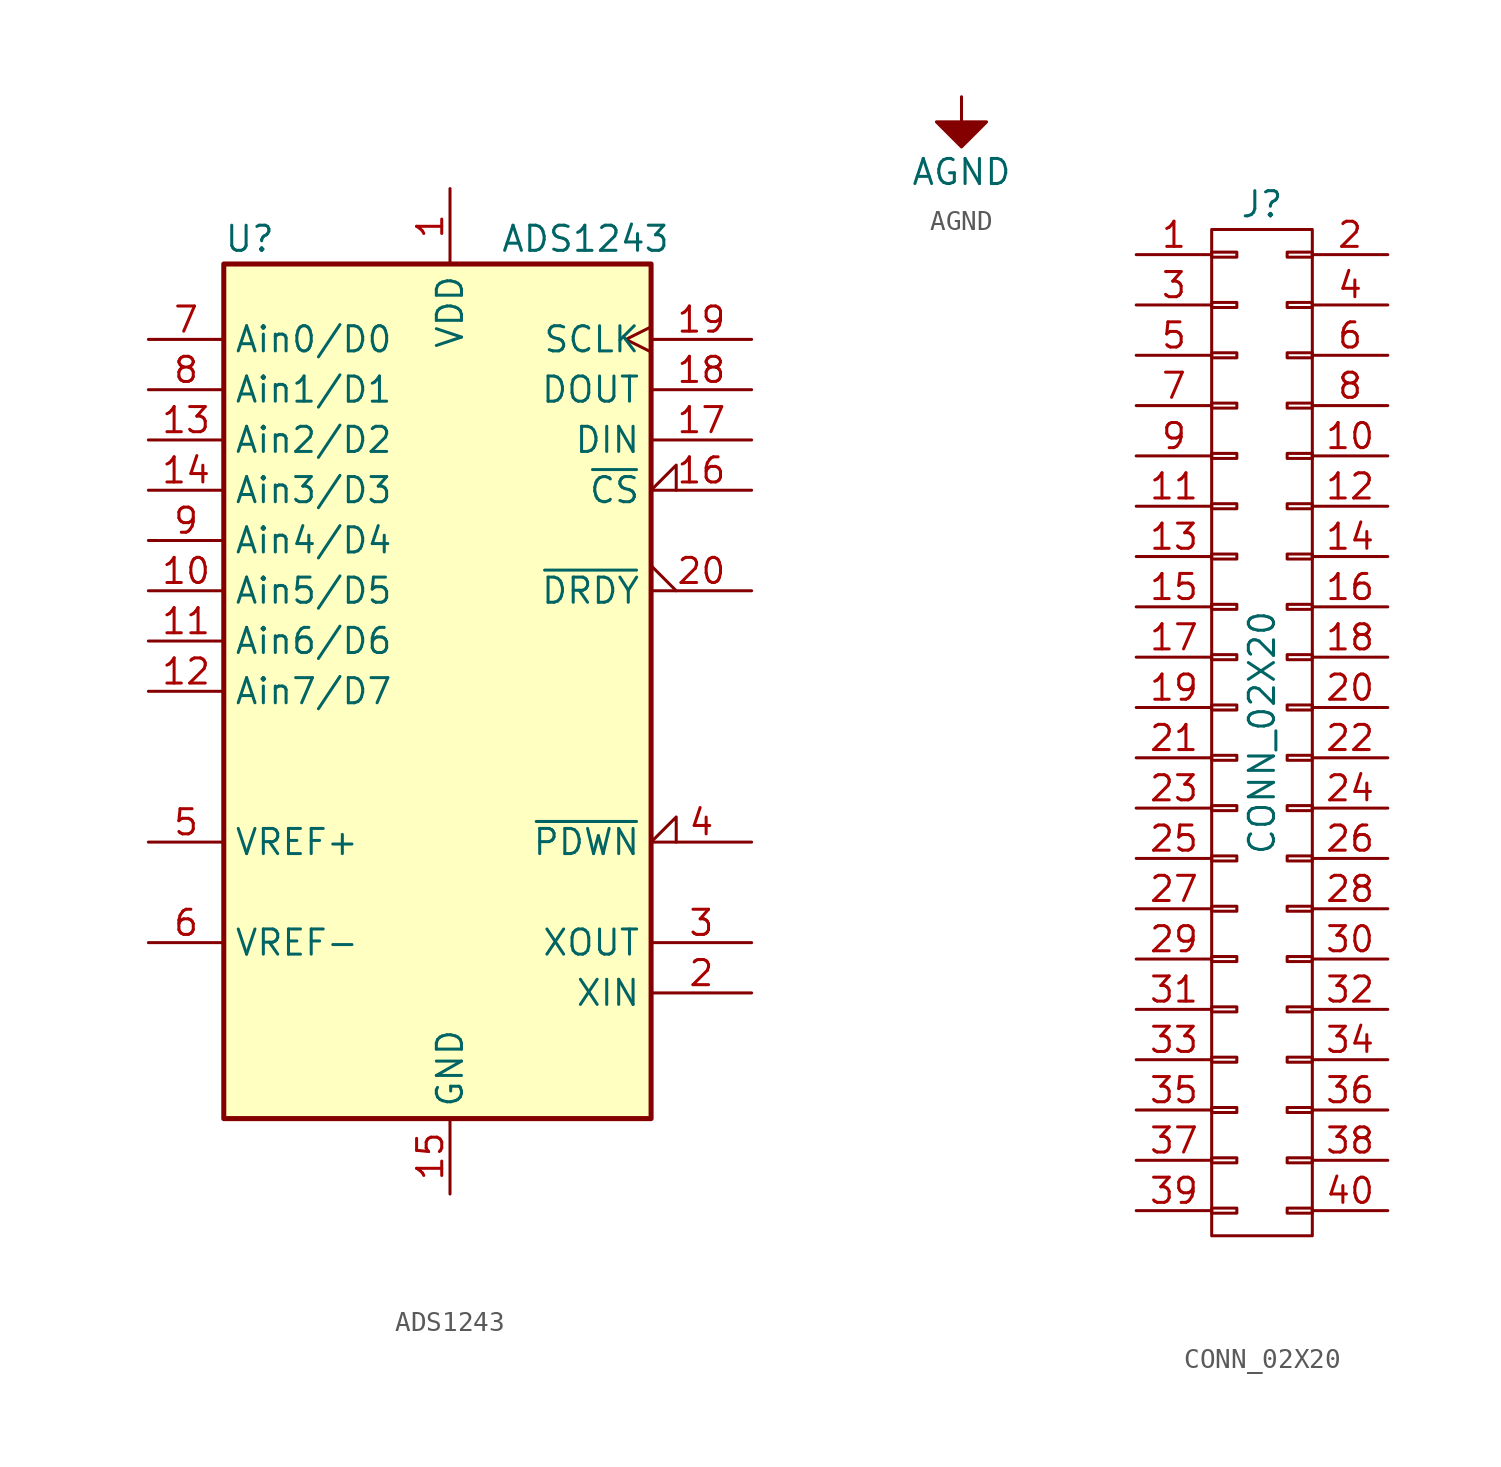
<source format=kicad_sym>
(kicad_symbol_lib
  (version 20231120)
  (generator "kicad_symbol_editor")
  (generator_version "8.0")
  (symbol "ADS1243"
    (property "Reference" "U"
      (at -11.43 22.86 0)
      (effects (font (size 1.27 1.27)) (justify left)))
    (property "Value" "ADS1243"
      (at 2.54 22.86 0)
      (effects (font (size 1.27 1.27)) (justify left)))
    (symbol "ADS1243_0_1"
      (rectangle (start -11.43 21.59) (end 10.16 -21.59) (stroke (width 0.254) (type default)) (fill (type background))))
    (symbol "ADS1243_1_1"
      (pin power_in line (at 0 25.4 270) (length 3.81) (name "VDD" (effects (font (size 1.27 1.27)))) (number "1" (effects (font (size 1.27 1.27)))))
      (pin input line (at -15.24 5.08 0) (length 3.81) (name "Ain5/D5" (effects (font (size 1.27 1.27)))) (number "10" (effects (font (size 1.27 1.27)))))
      (pin input line (at -15.24 2.54 0) (length 3.81) (name "Ain6/D6" (effects (font (size 1.27 1.27)))) (number "11" (effects (font (size 1.27 1.27)))))
      (pin input line (at -15.24 0 0) (length 3.81) (name "Ain7/D7" (effects (font (size 1.27 1.27)))) (number "12" (effects (font (size 1.27 1.27)))))
      (pin input line (at -15.24 12.7 0) (length 3.81) (name "Ain2/D2" (effects (font (size 1.27 1.27)))) (number "13" (effects (font (size 1.27 1.27)))))
      (pin input line (at -15.24 10.16 0) (length 3.81) (name "Ain3/D3" (effects (font (size 1.27 1.27)))) (number "14" (effects (font (size 1.27 1.27)))))
      (pin power_in line (at 0 -25.4 90) (length 3.81) (name "GND" (effects (font (size 1.27 1.27)))) (number "15" (effects (font (size 1.27 1.27)))))
      (pin input input_low (at 15.24 10.16 180) (length 5.08) (name "~{CS}" (effects (font (size 1.27 1.27)))) (number "16" (effects (font (size 1.27 1.27)))))
      (pin input line (at 15.24 12.7 180) (length 5.08) (name "DIN" (effects (font (size 1.27 1.27)))) (number "17" (effects (font (size 1.27 1.27)))))
      (pin output line (at 15.24 15.24 180) (length 5.08) (name "DOUT" (effects (font (size 1.27 1.27)))) (number "18" (effects (font (size 1.27 1.27)))))
      (pin input clock (at 15.24 17.78 180) (length 5.08) (name "SCLK" (effects (font (size 1.27 1.27)))) (number "19" (effects (font (size 1.27 1.27)))))
      (pin input line (at 15.24 -15.24 180) (length 5.08) (name "XIN" (effects (font (size 1.27 1.27)))) (number "2" (effects (font (size 1.27 1.27)))))
      (pin open_collector output_low (at 15.24 5.08 180) (length 5.08) (name "~{DRDY}" (effects (font (size 1.27 1.27)))) (number "20" (effects (font (size 1.27 1.27)))))
      (pin output line (at 15.24 -12.7 180) (length 5.08) (name "XOUT" (effects (font (size 1.27 1.27)))) (number "3" (effects (font (size 1.27 1.27)))))
      (pin input input_low (at 15.24 -7.62 180) (length 5.08) (name "~{PDWN}" (effects (font (size 1.27 1.27)))) (number "4" (effects (font (size 1.27 1.27)))))
      (pin input line (at -15.24 -7.62 0) (length 3.81) (name "VREF+" (effects (font (size 1.27 1.27)))) (number "5" (effects (font (size 1.27 1.27)))))
      (pin input line (at -15.24 -12.7 0) (length 3.81) (name "VREF-" (effects (font (size 1.27 1.27)))) (number "6" (effects (font (size 1.27 1.27)))))
      (pin input line (at -15.24 17.78 0) (length 3.81) (name "Ain0/D0" (effects (font (size 1.27 1.27)))) (number "7" (effects (font (size 1.27 1.27)))))
      (pin input line (at -15.24 15.24 0) (length 3.81) (name "Ain1/D1" (effects (font (size 1.27 1.27)))) (number "8" (effects (font (size 1.27 1.27)))))
      (pin input line (at -15.24 7.62 0) (length 3.81) (name "Ain4/D4" (effects (font (size 1.27 1.27)))) (number "9" (effects (font (size 1.27 1.27)))))))
  (symbol "AGND"
    (power)
    (pin_names
      (offset 0))
    (property "Reference" "#PWR"
      (at 0 -6.35 0)
      (effects (font (size 1.27 1.27)) (hide yes)))
    (property "Value" "AGND"
      (at 0 -3.81 0)
      (effects (font (size 1.27 1.27))))
    (symbol "AGND_0_1"
      (polyline (pts (xy 0 0) (xy 0 -1.27) (xy 1.27 -1.27) (xy 0 -2.54) (xy -1.27 -1.27) (xy 0 -1.27)) (stroke (width 0) (type default)) (fill (type outline))))
    (symbol "AGND_1_1"
      (pin power_in line (at 0 0 270) (length 0) hide (name "AGND" (effects (font (size 1.27 1.27)))) (number "1" (effects (font (size 1.27 1.27)))))))
  (symbol "CONN_02X20"
    (pin_names
      (offset 0.025) hide)
    (property "Reference" "J"
      (at 0 26.67 0)
      (effects (font (size 1.27 1.27))))
    (property "Value" "CONN_02X20"
      (at 0 0 90)
      (effects (font (size 1.27 1.27))))
    (symbol "CONN_02X20_0_1"
      (rectangle (start -2.54 -24.003) (end -1.27 -24.257) (stroke (width 0) (type default)) (fill (type none)))
      (rectangle (start -2.54 -21.463) (end -1.27 -21.717) (stroke (width 0) (type default)) (fill (type none)))
      (rectangle (start -2.54 -18.923) (end -1.27 -19.177) (stroke (width 0) (type default)) (fill (type none)))
      (rectangle (start -2.54 -16.383) (end -1.27 -16.637) (stroke (width 0) (type default)) (fill (type none)))
      (rectangle (start -2.54 -13.843) (end -1.27 -14.097) (stroke (width 0) (type default)) (fill (type none)))
      (rectangle (start -2.54 -11.303) (end -1.27 -11.557) (stroke (width 0) (type default)) (fill (type none)))
      (rectangle (start -2.54 -8.763) (end -1.27 -9.017) (stroke (width 0) (type default)) (fill (type none)))
      (rectangle (start -2.54 -6.223) (end -1.27 -6.477) (stroke (width 0) (type default)) (fill (type none)))
      (rectangle (start -2.54 -3.683) (end -1.27 -3.937) (stroke (width 0) (type default)) (fill (type none)))
      (rectangle (start -2.54 -1.143) (end -1.27 -1.397) (stroke (width 0) (type default)) (fill (type none)))
      (rectangle (start -2.54 1.397) (end -1.27 1.143) (stroke (width 0) (type default)) (fill (type none)))
      (rectangle (start -2.54 3.937) (end -1.27 3.683) (stroke (width 0) (type default)) (fill (type none)))
      (rectangle (start -2.54 6.477) (end -1.27 6.223) (stroke (width 0) (type default)) (fill (type none)))
      (rectangle (start -2.54 9.017) (end -1.27 8.763) (stroke (width 0) (type default)) (fill (type none)))
      (rectangle (start -2.54 11.557) (end -1.27 11.303) (stroke (width 0) (type default)) (fill (type none)))
      (rectangle (start -2.54 14.097) (end -1.27 13.843) (stroke (width 0) (type default)) (fill (type none)))
      (rectangle (start -2.54 16.637) (end -1.27 16.383) (stroke (width 0) (type default)) (fill (type none)))
      (rectangle (start -2.54 19.177) (end -1.27 18.923) (stroke (width 0) (type default)) (fill (type none)))
      (rectangle (start -2.54 21.717) (end -1.27 21.463) (stroke (width 0) (type default)) (fill (type none)))
      (rectangle (start -2.54 24.257) (end -1.27 24.003) (stroke (width 0) (type default)) (fill (type none)))
      (rectangle (start -2.54 25.4) (end 2.54 -25.4) (stroke (width 0) (type default)) (fill (type none)))
      (rectangle (start 1.27 -24.003) (end 2.54 -24.257) (stroke (width 0) (type default)) (fill (type none)))
      (rectangle (start 1.27 -21.463) (end 2.54 -21.717) (stroke (width 0) (type default)) (fill (type none)))
      (rectangle (start 1.27 -18.923) (end 2.54 -19.177) (stroke (width 0) (type default)) (fill (type none)))
      (rectangle (start 1.27 -16.383) (end 2.54 -16.637) (stroke (width 0) (type default)) (fill (type none)))
      (rectangle (start 1.27 -13.843) (end 2.54 -14.097) (stroke (width 0) (type default)) (fill (type none)))
      (rectangle (start 1.27 -11.303) (end 2.54 -11.557) (stroke (width 0) (type default)) (fill (type none)))
      (rectangle (start 1.27 -8.763) (end 2.54 -9.017) (stroke (width 0) (type default)) (fill (type none)))
      (rectangle (start 1.27 -6.223) (end 2.54 -6.477) (stroke (width 0) (type default)) (fill (type none)))
      (rectangle (start 1.27 -3.683) (end 2.54 -3.937) (stroke (width 0) (type default)) (fill (type none)))
      (rectangle (start 1.27 -1.143) (end 2.54 -1.397) (stroke (width 0) (type default)) (fill (type none)))
      (rectangle (start 1.27 1.397) (end 2.54 1.143) (stroke (width 0) (type default)) (fill (type none)))
      (rectangle (start 1.27 3.937) (end 2.54 3.683) (stroke (width 0) (type default)) (fill (type none)))
      (rectangle (start 1.27 6.477) (end 2.54 6.223) (stroke (width 0) (type default)) (fill (type none)))
      (rectangle (start 1.27 9.017) (end 2.54 8.763) (stroke (width 0) (type default)) (fill (type none)))
      (rectangle (start 1.27 11.557) (end 2.54 11.303) (stroke (width 0) (type default)) (fill (type none)))
      (rectangle (start 1.27 14.097) (end 2.54 13.843) (stroke (width 0) (type default)) (fill (type none)))
      (rectangle (start 1.27 16.637) (end 2.54 16.383) (stroke (width 0) (type default)) (fill (type none)))
      (rectangle (start 1.27 19.177) (end 2.54 18.923) (stroke (width 0) (type default)) (fill (type none)))
      (rectangle (start 1.27 21.717) (end 2.54 21.463) (stroke (width 0) (type default)) (fill (type none)))
      (rectangle (start 1.27 24.257) (end 2.54 24.003) (stroke (width 0) (type default)) (fill (type none))))
    (symbol "CONN_02X20_1_1"
      (pin passive line (at -6.35 24.13 0) (length 3.81) (name "P1" (effects (font (size 1.27 1.27)))) (number "1" (effects (font (size 1.27 1.27)))))
      (pin passive line (at 6.35 13.97 180) (length 3.81) (name "P10" (effects (font (size 1.27 1.27)))) (number "10" (effects (font (size 1.27 1.27)))))
      (pin passive line (at -6.35 11.43 0) (length 3.81) (name "P11" (effects (font (size 1.27 1.27)))) (number "11" (effects (font (size 1.27 1.27)))))
      (pin passive line (at 6.35 11.43 180) (length 3.81) (name "P12" (effects (font (size 1.27 1.27)))) (number "12" (effects (font (size 1.27 1.27)))))
      (pin passive line (at -6.35 8.89 0) (length 3.81) (name "P13" (effects (font (size 1.27 1.27)))) (number "13" (effects (font (size 1.27 1.27)))))
      (pin passive line (at 6.35 8.89 180) (length 3.81) (name "P14" (effects (font (size 1.27 1.27)))) (number "14" (effects (font (size 1.27 1.27)))))
      (pin passive line (at -6.35 6.35 0) (length 3.81) (name "P15" (effects (font (size 1.27 1.27)))) (number "15" (effects (font (size 1.27 1.27)))))
      (pin passive line (at 6.35 6.35 180) (length 3.81) (name "P16" (effects (font (size 1.27 1.27)))) (number "16" (effects (font (size 1.27 1.27)))))
      (pin passive line (at -6.35 3.81 0) (length 3.81) (name "P17" (effects (font (size 1.27 1.27)))) (number "17" (effects (font (size 1.27 1.27)))))
      (pin passive line (at 6.35 3.81 180) (length 3.81) (name "P18" (effects (font (size 1.27 1.27)))) (number "18" (effects (font (size 1.27 1.27)))))
      (pin passive line (at -6.35 1.27 0) (length 3.81) (name "P19" (effects (font (size 1.27 1.27)))) (number "19" (effects (font (size 1.27 1.27)))))
      (pin passive line (at 6.35 24.13 180) (length 3.81) (name "P2" (effects (font (size 1.27 1.27)))) (number "2" (effects (font (size 1.27 1.27)))))
      (pin passive line (at 6.35 1.27 180) (length 3.81) (name "P20" (effects (font (size 1.27 1.27)))) (number "20" (effects (font (size 1.27 1.27)))))
      (pin passive line (at -6.35 -1.27 0) (length 3.81) (name "P21" (effects (font (size 1.27 1.27)))) (number "21" (effects (font (size 1.27 1.27)))))
      (pin passive line (at 6.35 -1.27 180) (length 3.81) (name "P22" (effects (font (size 1.27 1.27)))) (number "22" (effects (font (size 1.27 1.27)))))
      (pin passive line (at -6.35 -3.81 0) (length 3.81) (name "P23" (effects (font (size 1.27 1.27)))) (number "23" (effects (font (size 1.27 1.27)))))
      (pin passive line (at 6.35 -3.81 180) (length 3.81) (name "P24" (effects (font (size 1.27 1.27)))) (number "24" (effects (font (size 1.27 1.27)))))
      (pin passive line (at -6.35 -6.35 0) (length 3.81) (name "P25" (effects (font (size 1.27 1.27)))) (number "25" (effects (font (size 1.27 1.27)))))
      (pin passive line (at 6.35 -6.35 180) (length 3.81) (name "P26" (effects (font (size 1.27 1.27)))) (number "26" (effects (font (size 1.27 1.27)))))
      (pin passive line (at -6.35 -8.89 0) (length 3.81) (name "P27" (effects (font (size 1.27 1.27)))) (number "27" (effects (font (size 1.27 1.27)))))
      (pin passive line (at 6.35 -8.89 180) (length 3.81) (name "P28" (effects (font (size 1.27 1.27)))) (number "28" (effects (font (size 1.27 1.27)))))
      (pin passive line (at -6.35 -11.43 0) (length 3.81) (name "P29" (effects (font (size 1.27 1.27)))) (number "29" (effects (font (size 1.27 1.27)))))
      (pin passive line (at -6.35 21.59 0) (length 3.81) (name "P3" (effects (font (size 1.27 1.27)))) (number "3" (effects (font (size 1.27 1.27)))))
      (pin passive line (at 6.35 -11.43 180) (length 3.81) (name "P30" (effects (font (size 1.27 1.27)))) (number "30" (effects (font (size 1.27 1.27)))))
      (pin passive line (at -6.35 -13.97 0) (length 3.81) (name "P31" (effects (font (size 1.27 1.27)))) (number "31" (effects (font (size 1.27 1.27)))))
      (pin passive line (at 6.35 -13.97 180) (length 3.81) (name "P32" (effects (font (size 1.27 1.27)))) (number "32" (effects (font (size 1.27 1.27)))))
      (pin passive line (at -6.35 -16.51 0) (length 3.81) (name "P33" (effects (font (size 1.27 1.27)))) (number "33" (effects (font (size 1.27 1.27)))))
      (pin passive line (at 6.35 -16.51 180) (length 3.81) (name "P34" (effects (font (size 1.27 1.27)))) (number "34" (effects (font (size 1.27 1.27)))))
      (pin passive line (at -6.35 -19.05 0) (length 3.81) (name "P35" (effects (font (size 1.27 1.27)))) (number "35" (effects (font (size 1.27 1.27)))))
      (pin passive line (at 6.35 -19.05 180) (length 3.81) (name "P36" (effects (font (size 1.27 1.27)))) (number "36" (effects (font (size 1.27 1.27)))))
      (pin passive line (at -6.35 -21.59 0) (length 3.81) (name "P37" (effects (font (size 1.27 1.27)))) (number "37" (effects (font (size 1.27 1.27)))))
      (pin passive line (at 6.35 -21.59 180) (length 3.81) (name "P38" (effects (font (size 1.27 1.27)))) (number "38" (effects (font (size 1.27 1.27)))))
      (pin passive line (at -6.35 -24.13 0) (length 3.81) (name "P39" (effects (font (size 1.27 1.27)))) (number "39" (effects (font (size 1.27 1.27)))))
      (pin passive line (at 6.35 21.59 180) (length 3.81) (name "P4" (effects (font (size 1.27 1.27)))) (number "4" (effects (font (size 1.27 1.27)))))
      (pin passive line (at 6.35 -24.13 180) (length 3.81) (name "P40" (effects (font (size 1.27 1.27)))) (number "40" (effects (font (size 1.27 1.27)))))
      (pin passive line (at -6.35 19.05 0) (length 3.81) (name "P5" (effects (font (size 1.27 1.27)))) (number "5" (effects (font (size 1.27 1.27)))))
      (pin passive line (at 6.35 19.05 180) (length 3.81) (name "P6" (effects (font (size 1.27 1.27)))) (number "6" (effects (font (size 1.27 1.27)))))
      (pin passive line (at -6.35 16.51 0) (length 3.81) (name "P7" (effects (font (size 1.27 1.27)))) (number "7" (effects (font (size 1.27 1.27)))))
      (pin passive line (at 6.35 16.51 180) (length 3.81) (name "P8" (effects (font (size 1.27 1.27)))) (number "8" (effects (font (size 1.27 1.27)))))
      (pin passive line (at -6.35 13.97 0) (length 3.81) (name "P9" (effects (font (size 1.27 1.27)))) (number "9" (effects (font (size 1.27 1.27))))))))
</source>
